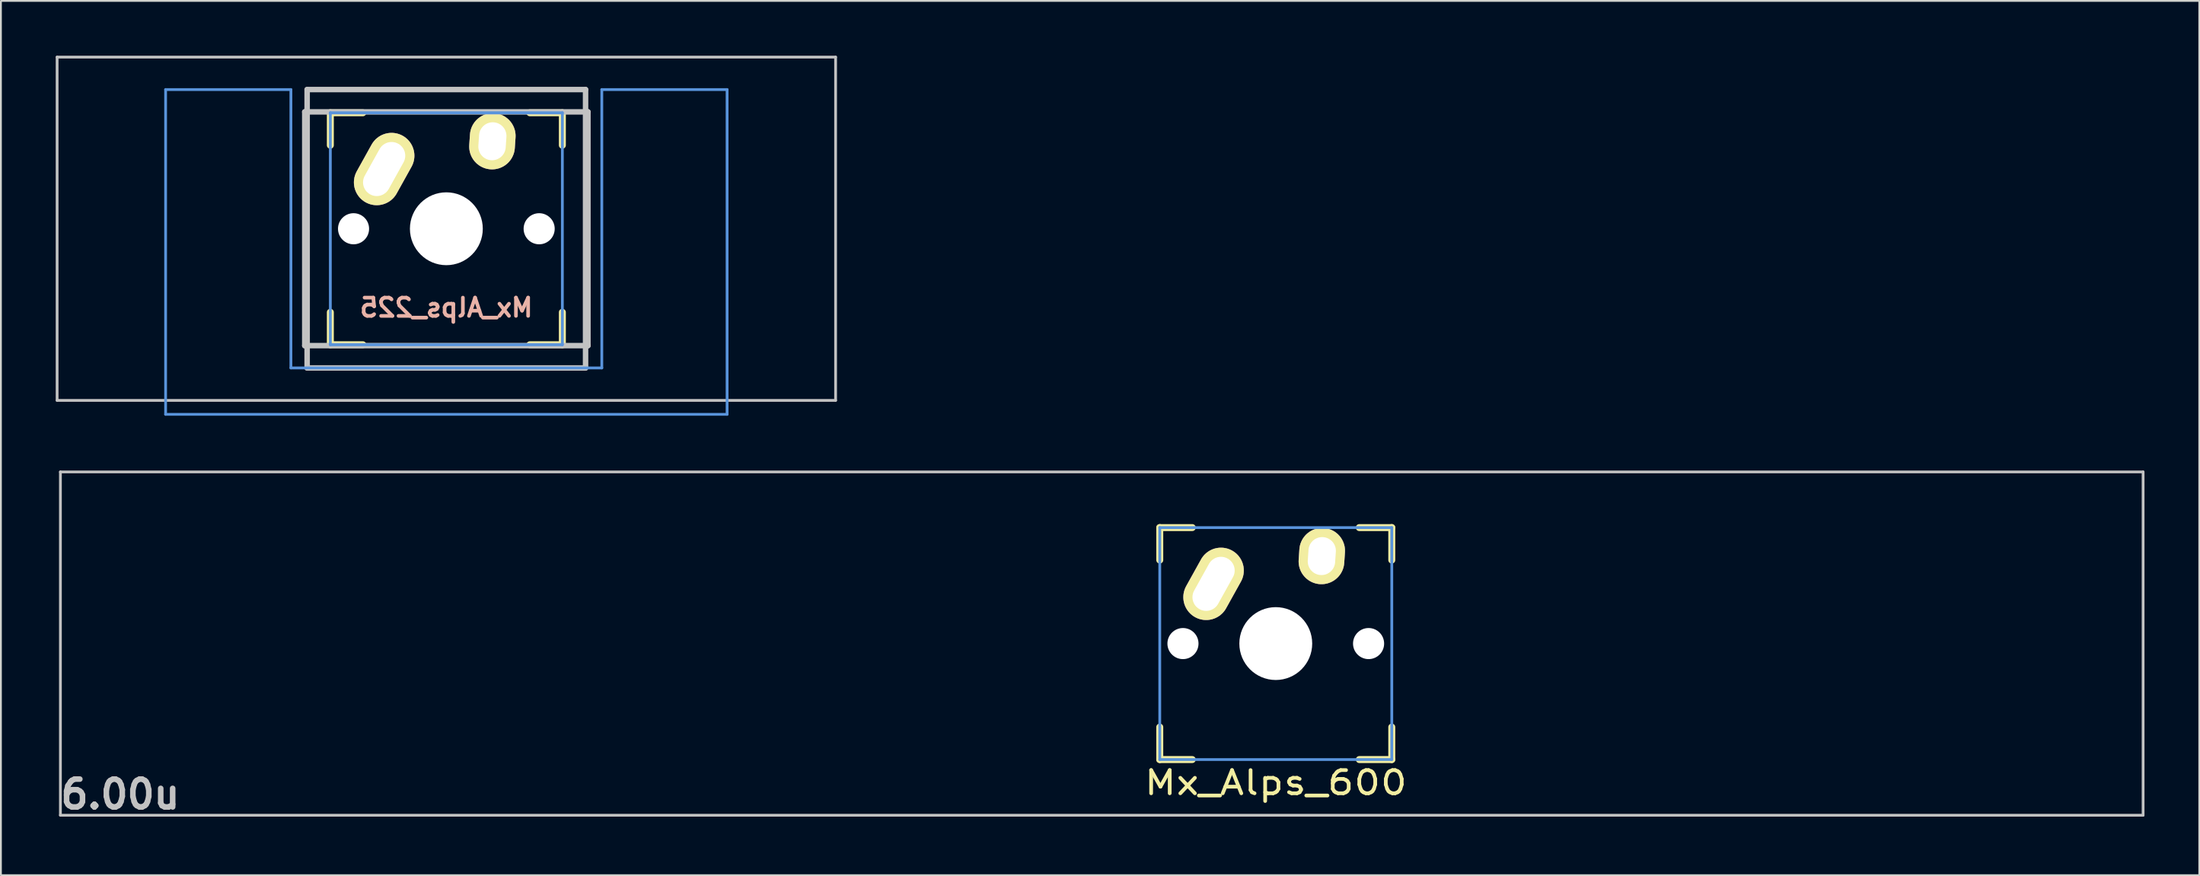
<source format=kicad_pcb>
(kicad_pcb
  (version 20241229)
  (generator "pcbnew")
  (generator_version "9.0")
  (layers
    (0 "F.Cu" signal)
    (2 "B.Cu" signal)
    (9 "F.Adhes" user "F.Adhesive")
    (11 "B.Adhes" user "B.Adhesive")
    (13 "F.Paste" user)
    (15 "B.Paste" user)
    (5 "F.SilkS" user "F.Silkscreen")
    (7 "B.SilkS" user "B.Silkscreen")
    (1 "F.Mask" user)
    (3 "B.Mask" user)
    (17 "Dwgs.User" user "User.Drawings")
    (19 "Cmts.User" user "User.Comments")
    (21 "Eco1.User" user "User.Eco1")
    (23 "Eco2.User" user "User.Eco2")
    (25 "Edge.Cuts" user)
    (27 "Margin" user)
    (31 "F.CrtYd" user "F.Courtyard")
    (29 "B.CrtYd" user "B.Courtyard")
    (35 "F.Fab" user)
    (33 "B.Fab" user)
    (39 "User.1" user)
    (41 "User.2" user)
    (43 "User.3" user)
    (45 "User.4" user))
  (footprint "Mx_Alps_600"
    (layer "F.Cu")
    (at 66.782 32.185)
    (property "Reference" "Mx_Alps_600" (at 0 7.62 0) (layer "F.SilkS") (effects (font (size 1.27 1.524) (thickness 0.203))))
    (attr through_hole)
    (fp_line (start -6.35 -6.35) (end -4.572 -6.35) (stroke (width 0.381) (type solid)) (layer "F.SilkS"))
    (fp_line (start -6.35 -4.572) (end -6.35 -6.35) (stroke (width 0.381) (type solid)) (layer "F.SilkS"))
    (fp_line (start -6.35 6.35) (end -6.35 4.572) (stroke (width 0.381) (type solid)) (layer "F.SilkS"))
    (fp_line (start -4.572 6.35) (end -6.35 6.35) (stroke (width 0.381) (type solid)) (layer "F.SilkS"))
    (fp_line (start 4.572 -6.35) (end 6.35 -6.35) (stroke (width 0.381) (type solid)) (layer "F.SilkS"))
    (fp_line (start 6.35 -6.35) (end 6.35 -4.572) (stroke (width 0.381) (type solid)) (layer "F.SilkS"))
    (fp_line (start 6.35 4.572) (end 6.35 6.35) (stroke (width 0.381) (type solid)) (layer "F.SilkS"))
    (fp_line (start 6.35 6.35) (end 4.572 6.35) (stroke (width 0.381) (type solid)) (layer "F.SilkS"))
    (fp_line (start -66.525 -9.398) (end 47.475 -9.398) (stroke (width 0.152) (type solid)) (layer "Dwgs.User"))
    (fp_line (start -66.525 9.398) (end -66.525 -9.398) (stroke (width 0.152) (type solid)) (layer "Dwgs.User"))
    (fp_line (start 47.475 -9.398) (end 47.475 9.398) (stroke (width 0.152) (type solid)) (layer "Dwgs.User"))
    (fp_line (start 47.475 9.398) (end -66.525 9.398) (stroke (width 0.152) (type solid)) (layer "Dwgs.User"))
    (fp_line (start -6.35 -6.35) (end 6.35 -6.35) (stroke (width 0.152) (type solid)) (layer "Cmts.User"))
    (fp_line (start -6.35 6.35) (end -6.35 -6.35) (stroke (width 0.152) (type solid)) (layer "Cmts.User"))
    (fp_line (start 6.35 -6.35) (end 6.35 6.35) (stroke (width 0.152) (type solid)) (layer "Cmts.User"))
    (fp_line (start 6.35 6.35) (end -6.35 6.35) (stroke (width 0.152) (type solid)) (layer "Cmts.User"))
    (fp_line (start -6.985 -6.985) (end -6.985 6.985) (stroke (width 0.152) (type solid)) (layer "Eco2.User"))
    (fp_line (start -6.985 -6.985) (end 6.985 -6.985) (stroke (width 0.152) (type solid)) (layer "Eco2.User"))
    (fp_line (start 6.985 -6.985) (end 6.985 6.985) (stroke (width 0.152) (type solid)) (layer "Eco2.User"))
    (fp_line (start 6.985 6.985) (end -6.985 6.985) (stroke (width 0.152) (type solid)) (layer "Eco2.User"))
    (fp_text user "6.00u" (at -63.248 8.255 0) (layer "Dwgs.User") (effects (font (size 1.524 1.524) (thickness 0.305))))
    (pad "" np_thru_hole circle (at -5.08 0) (size 1.702 1.702) (drill 1.702) (layers "*.Cu"))
    (pad "" np_thru_hole circle (at 0 0) (size 3.988 3.988) (drill 3.988) (layers "*.Cu"))
    (pad "" np_thru_hole circle (at 5.08 0) (size 1.702 1.702) (drill 1.702) (layers "*.Cu"))
    (pad "1" thru_hole oval (at -3.405 -3.27 330.95) (size 2.5 4.17) (drill oval 1.5 3.17) (layers "*.Cu" "*.Mask" "F.SilkS"))
    (pad "2" thru_hole oval (at 2.52 -4.79 356.1) (size 2.5 3.08) (drill oval 1.5 2.08) (layers "*.Cu" "*.Mask" "F.SilkS")))
  (footprint "Mx_Alps_225"
    (layer "F.Cu")
    (at 21.382 9.474)
    (property "Reference" "Mx_Alps_225" (at 0 4.318 0) (layer "B.SilkS") (effects (font (size 1 1) (thickness 0.2)) (justify mirror)))
    (attr through_hole)
    (fp_line (start -6.35 -6.35) (end -4.572 -6.35) (stroke (width 0.381) (type solid)) (layer "F.SilkS"))
    (fp_line (start -6.35 -4.572) (end -6.35 -6.35) (stroke (width 0.381) (type solid)) (layer "F.SilkS"))
    (fp_line (start -6.35 6.35) (end -6.35 4.572) (stroke (width 0.381) (type solid)) (layer "F.SilkS"))
    (fp_line (start -4.572 6.35) (end -6.35 6.35) (stroke (width 0.381) (type solid)) (layer "F.SilkS"))
    (fp_line (start 4.572 -6.35) (end 6.35 -6.35) (stroke (width 0.381) (type solid)) (layer "F.SilkS"))
    (fp_line (start 6.35 -6.35) (end 6.35 -4.572) (stroke (width 0.381) (type solid)) (layer "F.SilkS"))
    (fp_line (start 6.35 4.572) (end 6.35 6.35) (stroke (width 0.381) (type solid)) (layer "F.SilkS"))
    (fp_line (start 6.35 6.35) (end 4.572 6.35) (stroke (width 0.381) (type solid)) (layer "F.SilkS"))
    (fp_line (start -21.306 -9.398) (end 21.306 -9.398) (stroke (width 0.152) (type solid)) (layer "Dwgs.User"))
    (fp_line (start -21.306 9.398) (end -21.306 -9.398) (stroke (width 0.152) (type solid)) (layer "Dwgs.User"))
    (fp_line (start -7.75 6.4) (end -7.75 -6.4) (stroke (width 0.3) (type solid)) (layer "Dwgs.User"))
    (fp_line (start -7.75 6.4) (end 7.75 6.4) (stroke (width 0.3) (type solid)) (layer "Dwgs.User"))
    (fp_line (start -7.62 -7.62) (end 7.62 -7.62) (stroke (width 0.3) (type solid)) (layer "Dwgs.User"))
    (fp_line (start -7.62 7.62) (end -7.62 -7.62) (stroke (width 0.3) (type solid)) (layer "Dwgs.User"))
    (fp_line (start 7.62 -7.62) (end 7.62 7.62) (stroke (width 0.3) (type solid)) (layer "Dwgs.User"))
    (fp_line (start 7.62 7.62) (end -7.62 7.62) (stroke (width 0.3) (type solid)) (layer "Dwgs.User"))
    (fp_line (start 7.75 -6.4) (end -7.75 -6.4) (stroke (width 0.3) (type solid)) (layer "Dwgs.User"))
    (fp_line (start 7.75 6.4) (end 7.75 -6.4) (stroke (width 0.3) (type solid)) (layer "Dwgs.User"))
    (fp_line (start 21.306 -9.398) (end 21.306 9.398) (stroke (width 0.152) (type solid)) (layer "Dwgs.User"))
    (fp_line (start 21.306 9.398) (end -21.306 9.398) (stroke (width 0.152) (type solid)) (layer "Dwgs.User"))
    (fp_line (start -15.367 -7.62) (end -15.367 10.16) (stroke (width 0.152) (type solid)) (layer "Cmts.User"))
    (fp_line (start -15.367 10.16) (end 15.367 10.16) (stroke (width 0.152) (type solid)) (layer "Cmts.User"))
    (fp_line (start -8.509 -7.62) (end -15.367 -7.62) (stroke (width 0.152) (type solid)) (layer "Cmts.User"))
    (fp_line (start -8.509 7.62) (end -8.509 -7.62) (stroke (width 0.152) (type solid)) (layer "Cmts.User"))
    (fp_line (start -6.35 -6.35) (end 6.35 -6.35) (stroke (width 0.152) (type solid)) (layer "Cmts.User"))
    (fp_line (start -6.35 6.35) (end -6.35 -6.35) (stroke (width 0.152) (type solid)) (layer "Cmts.User"))
    (fp_line (start 6.35 -6.35) (end 6.35 6.35) (stroke (width 0.152) (type solid)) (layer "Cmts.User"))
    (fp_line (start 6.35 6.35) (end -6.35 6.35) (stroke (width 0.152) (type solid)) (layer "Cmts.User"))
    (fp_line (start 8.509 -7.62) (end 8.509 7.62) (stroke (width 0.152) (type solid)) (layer "Cmts.User"))
    (fp_line (start 8.509 7.62) (end -8.509 7.62) (stroke (width 0.152) (type solid)) (layer "Cmts.User"))
    (fp_line (start 15.367 -7.62) (end 8.509 -7.62) (stroke (width 0.152) (type solid)) (layer "Cmts.User"))
    (fp_line (start 15.367 10.16) (end 15.367 -7.62) (stroke (width 0.152) (type solid)) (layer "Cmts.User"))
    (fp_line (start -16.129 -2.286) (end -15.265 -2.286) (stroke (width 0.152) (type solid)) (layer "Eco2.User"))
    (fp_line (start -16.129 0.508) (end -16.129 -2.286) (stroke (width 0.152) (type solid)) (layer "Eco2.User"))
    (fp_line (start -15.265 -5.69) (end -8.611 -5.69) (stroke (width 0.152) (type solid)) (layer "Eco2.User"))
    (fp_line (start -15.265 -2.286) (end -15.265 -5.69) (stroke (width 0.152) (type solid)) (layer "Eco2.User"))
    (fp_line (start -15.265 0.508) (end -16.129 0.508) (stroke (width 0.152) (type solid)) (layer "Eco2.User"))
    (fp_line (start -15.265 6.604) (end -15.265 0.508) (stroke (width 0.152) (type solid)) (layer "Eco2.User"))
    (fp_line (start -14.224 6.604) (end -15.265 6.604) (stroke (width 0.152) (type solid)) (layer "Eco2.User"))
    (fp_line (start -14.224 7.772) (end -14.224 6.604) (stroke (width 0.152) (type solid)) (layer "Eco2.User"))
    (fp_line (start -9.652 6.604) (end -9.652 7.772) (stroke (width 0.152) (type solid)) (layer "Eco2.User"))
    (fp_line (start -9.652 7.772) (end -14.224 7.772) (stroke (width 0.152) (type solid)) (layer "Eco2.User"))
    (fp_line (start -8.611 -5.69) (end -8.611 -4.877) (stroke (width 0.152) (type solid)) (layer "Eco2.User"))
    (fp_line (start -8.611 -4.877) (end -6.985 -4.877) (stroke (width 0.152) (type solid)) (layer "Eco2.User"))
    (fp_line (start -8.611 5.817) (end -8.611 6.604) (stroke (width 0.152) (type solid)) (layer "Eco2.User"))
    (fp_line (start -8.611 6.604) (end -9.652 6.604) (stroke (width 0.152) (type solid)) (layer "Eco2.User"))
    (fp_line (start -6.985 -6.985) (end 6.985 -6.985) (stroke (width 0.152) (type solid)) (layer "Eco2.User"))
    (fp_line (start -6.985 -4.877) (end -6.985 -6.985) (stroke (width 0.152) (type solid)) (layer "Eco2.User"))
    (fp_line (start -6.985 5.817) (end -8.611 5.817) (stroke (width 0.152) (type solid)) (layer "Eco2.User"))
    (fp_line (start -6.985 6.985) (end -6.985 5.817) (stroke (width 0.152) (type solid)) (layer "Eco2.User"))
    (fp_line (start 6.985 -6.985) (end 6.985 -4.877) (stroke (width 0.152) (type solid)) (layer "Eco2.User"))
    (fp_line (start 6.985 -4.877) (end 8.611 -4.877) (stroke (width 0.152) (type solid)) (layer "Eco2.User"))
    (fp_line (start 6.985 5.817) (end 6.985 6.985) (stroke (width 0.152) (type solid)) (layer "Eco2.User"))
    (fp_line (start 6.985 6.985) (end -6.985 6.985) (stroke (width 0.152) (type solid)) (layer "Eco2.User"))
    (fp_line (start 8.611 -5.69) (end 15.265 -5.69) (stroke (width 0.152) (type solid)) (layer "Eco2.User"))
    (fp_line (start 8.611 -4.877) (end 8.611 -5.69) (stroke (width 0.152) (type solid)) (layer "Eco2.User"))
    (fp_line (start 8.611 5.817) (end 6.985 5.817) (stroke (width 0.152) (type solid)) (layer "Eco2.User"))
    (fp_line (start 8.611 6.604) (end 8.611 5.817) (stroke (width 0.152) (type solid)) (layer "Eco2.User"))
    (fp_line (start 9.652 6.604) (end 8.611 6.604) (stroke (width 0.152) (type solid)) (layer "Eco2.User"))
    (fp_line (start 9.652 7.772) (end 9.652 6.604) (stroke (width 0.152) (type solid)) (layer "Eco2.User"))
    (fp_line (start 14.224 6.604) (end 14.224 7.772) (stroke (width 0.152) (type solid)) (layer "Eco2.User"))
    (fp_line (start 14.224 7.772) (end 9.652 7.772) (stroke (width 0.152) (type solid)) (layer "Eco2.User"))
    (fp_line (start 15.265 -5.69) (end 15.265 -2.286) (stroke (width 0.152) (type solid)) (layer "Eco2.User"))
    (fp_line (start 15.265 -2.286) (end 16.129 -2.286) (stroke (width 0.152) (type solid)) (layer "Eco2.User"))
    (fp_line (start 15.265 0.508) (end 15.265 6.604) (stroke (width 0.152) (type solid)) (layer "Eco2.User"))
    (fp_line (start 15.265 6.604) (end 14.224 6.604) (stroke (width 0.152) (type solid)) (layer "Eco2.User"))
    (fp_line (start 16.129 -2.286) (end 16.129 0.508) (stroke (width 0.152) (type solid)) (layer "Eco2.User"))
    (fp_line (start 16.129 0.508) (end 15.265 0.508) (stroke (width 0.152) (type solid)) (layer "Eco2.User"))
    (pad "" np_thru_hole circle (at -5.08 0) (size 1.702 1.702) (drill 1.702) (layers "*.Cu"))
    (pad "" np_thru_hole circle (at 0 0) (size 3.988 3.988) (drill 3.988) (layers "*.Cu"))
    (pad "" np_thru_hole circle (at 5.08 0) (size 1.702 1.702) (drill 1.702) (layers "*.Cu"))
    (pad "1" thru_hole oval (at -3.405 -3.27 330.95) (size 2.5 4.17) (drill oval 1.5 3.17) (layers "*.Cu" "*.Mask" "F.SilkS"))
    (pad "2" thru_hole oval (at 2.52 -4.79 356.1) (size 2.5 3.08) (drill oval 1.5 2.08) (layers "*.Cu" "*.Mask" "F.SilkS")))
  (gr_rect
    (start -3 -3)
    (end 117.333 44.866)
    (stroke (width 0.1) (type default))
    (fill no)
    (layer "Edge.Cuts")))
</source>
